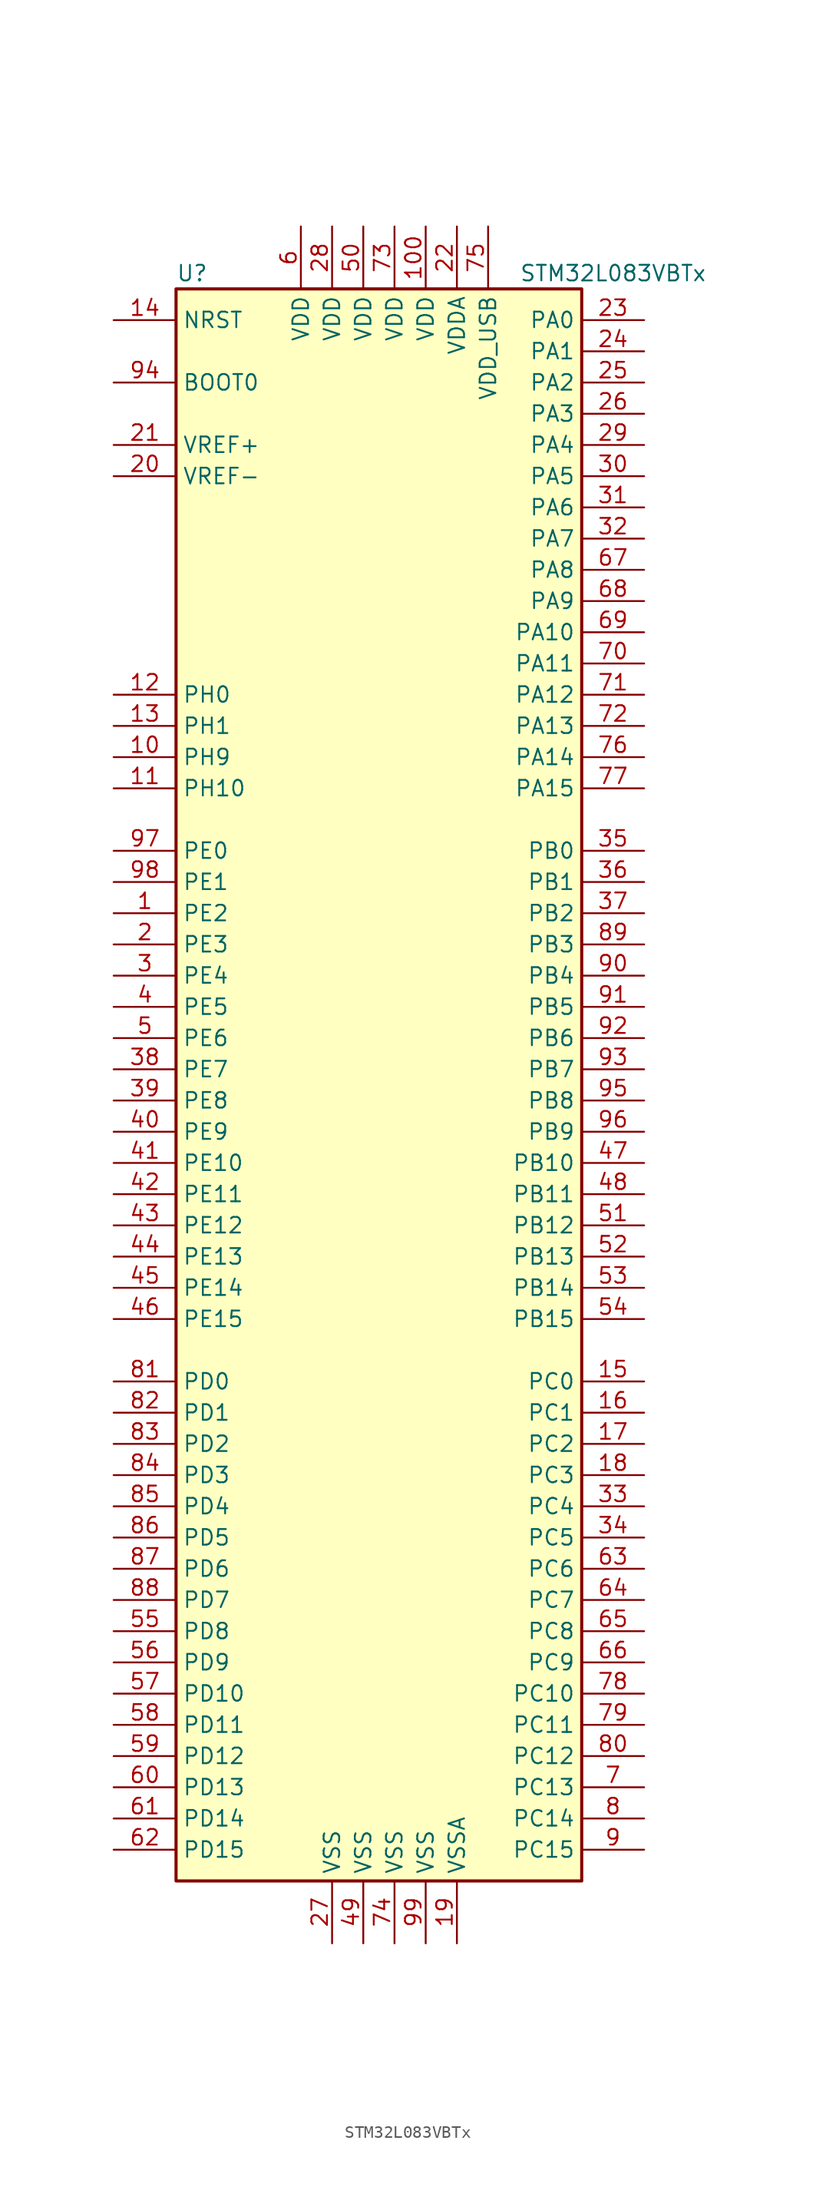
<source format=kicad_sym>
(kicad_symbol_lib
  (version 20201005)
  (generator kicad_symbol_editor)
  (symbol "MCU_ST_STM32L0:STM32L083VBTx"
    (property "Reference" "U"
      (at -17.78 64.77 0)
      (effects (font (size 1.27 1.27)) (justify left)))
    (property "Value" "STM32L083VBTx"
      (at 10.16 64.77 0)
      (effects (font (size 1.27 1.27)) (justify left)))
    (symbol "STM32L083VBTx_0_1"
      (rectangle (start -17.78 -66.04) (end 15.24 63.5) (stroke (width 0.254)) (fill (type background))))
    (symbol "STM32L083VBTx_1_1"
      (pin input line (at -22.86 55.88 0) (length 5.08) (name "BOOT0" (effects (font (size 1.27 1.27)))) (number "94" (effects (font (size 1.27 1.27)))))
      (pin input line (at -22.86 60.96 0) (length 5.08) (name "NRST" (effects (font (size 1.27 1.27)))) (number "14" (effects (font (size 1.27 1.27)))))
      (pin bidirectional line (at 20.32 60.96 180) (length 5.08) (name "PA0" (effects (font (size 1.27 1.27)))) (number "23" (effects (font (size 1.27 1.27)))))
      (pin bidirectional line (at 20.32 58.42 180) (length 5.08) (name "PA1" (effects (font (size 1.27 1.27)))) (number "24" (effects (font (size 1.27 1.27)))))
      (pin bidirectional line (at 20.32 35.56 180) (length 5.08) (name "PA10" (effects (font (size 1.27 1.27)))) (number "69" (effects (font (size 1.27 1.27)))))
      (pin bidirectional line (at 20.32 33.02 180) (length 5.08) (name "PA11" (effects (font (size 1.27 1.27)))) (number "70" (effects (font (size 1.27 1.27)))))
      (pin bidirectional line (at 20.32 30.48 180) (length 5.08) (name "PA12" (effects (font (size 1.27 1.27)))) (number "71" (effects (font (size 1.27 1.27)))))
      (pin bidirectional line (at 20.32 27.94 180) (length 5.08) (name "PA13" (effects (font (size 1.27 1.27)))) (number "72" (effects (font (size 1.27 1.27)))))
      (pin bidirectional line (at 20.32 25.4 180) (length 5.08) (name "PA14" (effects (font (size 1.27 1.27)))) (number "76" (effects (font (size 1.27 1.27)))))
      (pin bidirectional line (at 20.32 22.86 180) (length 5.08) (name "PA15" (effects (font (size 1.27 1.27)))) (number "77" (effects (font (size 1.27 1.27)))))
      (pin bidirectional line (at 20.32 55.88 180) (length 5.08) (name "PA2" (effects (font (size 1.27 1.27)))) (number "25" (effects (font (size 1.27 1.27)))))
      (pin bidirectional line (at 20.32 53.34 180) (length 5.08) (name "PA3" (effects (font (size 1.27 1.27)))) (number "26" (effects (font (size 1.27 1.27)))))
      (pin bidirectional line (at 20.32 50.8 180) (length 5.08) (name "PA4" (effects (font (size 1.27 1.27)))) (number "29" (effects (font (size 1.27 1.27)))))
      (pin bidirectional line (at 20.32 48.26 180) (length 5.08) (name "PA5" (effects (font (size 1.27 1.27)))) (number "30" (effects (font (size 1.27 1.27)))))
      (pin bidirectional line (at 20.32 45.72 180) (length 5.08) (name "PA6" (effects (font (size 1.27 1.27)))) (number "31" (effects (font (size 1.27 1.27)))))
      (pin bidirectional line (at 20.32 43.18 180) (length 5.08) (name "PA7" (effects (font (size 1.27 1.27)))) (number "32" (effects (font (size 1.27 1.27)))))
      (pin bidirectional line (at 20.32 40.64 180) (length 5.08) (name "PA8" (effects (font (size 1.27 1.27)))) (number "67" (effects (font (size 1.27 1.27)))))
      (pin bidirectional line (at 20.32 38.1 180) (length 5.08) (name "PA9" (effects (font (size 1.27 1.27)))) (number "68" (effects (font (size 1.27 1.27)))))
      (pin bidirectional line (at 20.32 17.78 180) (length 5.08) (name "PB0" (effects (font (size 1.27 1.27)))) (number "35" (effects (font (size 1.27 1.27)))))
      (pin bidirectional line (at 20.32 15.24 180) (length 5.08) (name "PB1" (effects (font (size 1.27 1.27)))) (number "36" (effects (font (size 1.27 1.27)))))
      (pin bidirectional line (at 20.32 -7.62 180) (length 5.08) (name "PB10" (effects (font (size 1.27 1.27)))) (number "47" (effects (font (size 1.27 1.27)))))
      (pin bidirectional line (at 20.32 -10.16 180) (length 5.08) (name "PB11" (effects (font (size 1.27 1.27)))) (number "48" (effects (font (size 1.27 1.27)))))
      (pin bidirectional line (at 20.32 -12.7 180) (length 5.08) (name "PB12" (effects (font (size 1.27 1.27)))) (number "51" (effects (font (size 1.27 1.27)))))
      (pin bidirectional line (at 20.32 -15.24 180) (length 5.08) (name "PB13" (effects (font (size 1.27 1.27)))) (number "52" (effects (font (size 1.27 1.27)))))
      (pin bidirectional line (at 20.32 -17.78 180) (length 5.08) (name "PB14" (effects (font (size 1.27 1.27)))) (number "53" (effects (font (size 1.27 1.27)))))
      (pin bidirectional line (at 20.32 -20.32 180) (length 5.08) (name "PB15" (effects (font (size 1.27 1.27)))) (number "54" (effects (font (size 1.27 1.27)))))
      (pin bidirectional line (at 20.32 12.7 180) (length 5.08) (name "PB2" (effects (font (size 1.27 1.27)))) (number "37" (effects (font (size 1.27 1.27)))))
      (pin bidirectional line (at 20.32 10.16 180) (length 5.08) (name "PB3" (effects (font (size 1.27 1.27)))) (number "89" (effects (font (size 1.27 1.27)))))
      (pin bidirectional line (at 20.32 7.62 180) (length 5.08) (name "PB4" (effects (font (size 1.27 1.27)))) (number "90" (effects (font (size 1.27 1.27)))))
      (pin bidirectional line (at 20.32 5.08 180) (length 5.08) (name "PB5" (effects (font (size 1.27 1.27)))) (number "91" (effects (font (size 1.27 1.27)))))
      (pin bidirectional line (at 20.32 2.54 180) (length 5.08) (name "PB6" (effects (font (size 1.27 1.27)))) (number "92" (effects (font (size 1.27 1.27)))))
      (pin bidirectional line (at 20.32 0 180) (length 5.08) (name "PB7" (effects (font (size 1.27 1.27)))) (number "93" (effects (font (size 1.27 1.27)))))
      (pin bidirectional line (at 20.32 -2.54 180) (length 5.08) (name "PB8" (effects (font (size 1.27 1.27)))) (number "95" (effects (font (size 1.27 1.27)))))
      (pin bidirectional line (at 20.32 -5.08 180) (length 5.08) (name "PB9" (effects (font (size 1.27 1.27)))) (number "96" (effects (font (size 1.27 1.27)))))
      (pin bidirectional line (at 20.32 -25.4 180) (length 5.08) (name "PC0" (effects (font (size 1.27 1.27)))) (number "15" (effects (font (size 1.27 1.27)))))
      (pin bidirectional line (at 20.32 -27.94 180) (length 5.08) (name "PC1" (effects (font (size 1.27 1.27)))) (number "16" (effects (font (size 1.27 1.27)))))
      (pin bidirectional line (at 20.32 -50.8 180) (length 5.08) (name "PC10" (effects (font (size 1.27 1.27)))) (number "78" (effects (font (size 1.27 1.27)))))
      (pin bidirectional line (at 20.32 -53.34 180) (length 5.08) (name "PC11" (effects (font (size 1.27 1.27)))) (number "79" (effects (font (size 1.27 1.27)))))
      (pin bidirectional line (at 20.32 -55.88 180) (length 5.08) (name "PC12" (effects (font (size 1.27 1.27)))) (number "80" (effects (font (size 1.27 1.27)))))
      (pin bidirectional line (at 20.32 -58.42 180) (length 5.08) (name "PC13" (effects (font (size 1.27 1.27)))) (number "7" (effects (font (size 1.27 1.27)))))
      (pin bidirectional line (at 20.32 -60.96 180) (length 5.08) (name "PC14" (effects (font (size 1.27 1.27)))) (number "8" (effects (font (size 1.27 1.27)))))
      (pin bidirectional line (at 20.32 -63.5 180) (length 5.08) (name "PC15" (effects (font (size 1.27 1.27)))) (number "9" (effects (font (size 1.27 1.27)))))
      (pin bidirectional line (at 20.32 -30.48 180) (length 5.08) (name "PC2" (effects (font (size 1.27 1.27)))) (number "17" (effects (font (size 1.27 1.27)))))
      (pin bidirectional line (at 20.32 -33.02 180) (length 5.08) (name "PC3" (effects (font (size 1.27 1.27)))) (number "18" (effects (font (size 1.27 1.27)))))
      (pin bidirectional line (at 20.32 -35.56 180) (length 5.08) (name "PC4" (effects (font (size 1.27 1.27)))) (number "33" (effects (font (size 1.27 1.27)))))
      (pin bidirectional line (at 20.32 -38.1 180) (length 5.08) (name "PC5" (effects (font (size 1.27 1.27)))) (number "34" (effects (font (size 1.27 1.27)))))
      (pin bidirectional line (at 20.32 -40.64 180) (length 5.08) (name "PC6" (effects (font (size 1.27 1.27)))) (number "63" (effects (font (size 1.27 1.27)))))
      (pin bidirectional line (at 20.32 -43.18 180) (length 5.08) (name "PC7" (effects (font (size 1.27 1.27)))) (number "64" (effects (font (size 1.27 1.27)))))
      (pin bidirectional line (at 20.32 -45.72 180) (length 5.08) (name "PC8" (effects (font (size 1.27 1.27)))) (number "65" (effects (font (size 1.27 1.27)))))
      (pin bidirectional line (at 20.32 -48.26 180) (length 5.08) (name "PC9" (effects (font (size 1.27 1.27)))) (number "66" (effects (font (size 1.27 1.27)))))
      (pin bidirectional line (at -22.86 -25.4 0) (length 5.08) (name "PD0" (effects (font (size 1.27 1.27)))) (number "81" (effects (font (size 1.27 1.27)))))
      (pin bidirectional line (at -22.86 -27.94 0) (length 5.08) (name "PD1" (effects (font (size 1.27 1.27)))) (number "82" (effects (font (size 1.27 1.27)))))
      (pin bidirectional line (at -22.86 -50.8 0) (length 5.08) (name "PD10" (effects (font (size 1.27 1.27)))) (number "57" (effects (font (size 1.27 1.27)))))
      (pin bidirectional line (at -22.86 -53.34 0) (length 5.08) (name "PD11" (effects (font (size 1.27 1.27)))) (number "58" (effects (font (size 1.27 1.27)))))
      (pin bidirectional line (at -22.86 -55.88 0) (length 5.08) (name "PD12" (effects (font (size 1.27 1.27)))) (number "59" (effects (font (size 1.27 1.27)))))
      (pin bidirectional line (at -22.86 -58.42 0) (length 5.08) (name "PD13" (effects (font (size 1.27 1.27)))) (number "60" (effects (font (size 1.27 1.27)))))
      (pin bidirectional line (at -22.86 -60.96 0) (length 5.08) (name "PD14" (effects (font (size 1.27 1.27)))) (number "61" (effects (font (size 1.27 1.27)))))
      (pin bidirectional line (at -22.86 -63.5 0) (length 5.08) (name "PD15" (effects (font (size 1.27 1.27)))) (number "62" (effects (font (size 1.27 1.27)))))
      (pin bidirectional line (at -22.86 -30.48 0) (length 5.08) (name "PD2" (effects (font (size 1.27 1.27)))) (number "83" (effects (font (size 1.27 1.27)))))
      (pin bidirectional line (at -22.86 -33.02 0) (length 5.08) (name "PD3" (effects (font (size 1.27 1.27)))) (number "84" (effects (font (size 1.27 1.27)))))
      (pin bidirectional line (at -22.86 -35.56 0) (length 5.08) (name "PD4" (effects (font (size 1.27 1.27)))) (number "85" (effects (font (size 1.27 1.27)))))
      (pin bidirectional line (at -22.86 -38.1 0) (length 5.08) (name "PD5" (effects (font (size 1.27 1.27)))) (number "86" (effects (font (size 1.27 1.27)))))
      (pin bidirectional line (at -22.86 -40.64 0) (length 5.08) (name "PD6" (effects (font (size 1.27 1.27)))) (number "87" (effects (font (size 1.27 1.27)))))
      (pin bidirectional line (at -22.86 -43.18 0) (length 5.08) (name "PD7" (effects (font (size 1.27 1.27)))) (number "88" (effects (font (size 1.27 1.27)))))
      (pin bidirectional line (at -22.86 -45.72 0) (length 5.08) (name "PD8" (effects (font (size 1.27 1.27)))) (number "55" (effects (font (size 1.27 1.27)))))
      (pin bidirectional line (at -22.86 -48.26 0) (length 5.08) (name "PD9" (effects (font (size 1.27 1.27)))) (number "56" (effects (font (size 1.27 1.27)))))
      (pin bidirectional line (at -22.86 17.78 0) (length 5.08) (name "PE0" (effects (font (size 1.27 1.27)))) (number "97" (effects (font (size 1.27 1.27)))))
      (pin bidirectional line (at -22.86 15.24 0) (length 5.08) (name "PE1" (effects (font (size 1.27 1.27)))) (number "98" (effects (font (size 1.27 1.27)))))
      (pin bidirectional line (at -22.86 -7.62 0) (length 5.08) (name "PE10" (effects (font (size 1.27 1.27)))) (number "41" (effects (font (size 1.27 1.27)))))
      (pin bidirectional line (at -22.86 -10.16 0) (length 5.08) (name "PE11" (effects (font (size 1.27 1.27)))) (number "42" (effects (font (size 1.27 1.27)))))
      (pin bidirectional line (at -22.86 -12.7 0) (length 5.08) (name "PE12" (effects (font (size 1.27 1.27)))) (number "43" (effects (font (size 1.27 1.27)))))
      (pin bidirectional line (at -22.86 -15.24 0) (length 5.08) (name "PE13" (effects (font (size 1.27 1.27)))) (number "44" (effects (font (size 1.27 1.27)))))
      (pin bidirectional line (at -22.86 -17.78 0) (length 5.08) (name "PE14" (effects (font (size 1.27 1.27)))) (number "45" (effects (font (size 1.27 1.27)))))
      (pin bidirectional line (at -22.86 -20.32 0) (length 5.08) (name "PE15" (effects (font (size 1.27 1.27)))) (number "46" (effects (font (size 1.27 1.27)))))
      (pin bidirectional line (at -22.86 12.7 0) (length 5.08) (name "PE2" (effects (font (size 1.27 1.27)))) (number "1" (effects (font (size 1.27 1.27)))))
      (pin bidirectional line (at -22.86 10.16 0) (length 5.08) (name "PE3" (effects (font (size 1.27 1.27)))) (number "2" (effects (font (size 1.27 1.27)))))
      (pin bidirectional line (at -22.86 7.62 0) (length 5.08) (name "PE4" (effects (font (size 1.27 1.27)))) (number "3" (effects (font (size 1.27 1.27)))))
      (pin bidirectional line (at -22.86 5.08 0) (length 5.08) (name "PE5" (effects (font (size 1.27 1.27)))) (number "4" (effects (font (size 1.27 1.27)))))
      (pin bidirectional line (at -22.86 2.54 0) (length 5.08) (name "PE6" (effects (font (size 1.27 1.27)))) (number "5" (effects (font (size 1.27 1.27)))))
      (pin bidirectional line (at -22.86 0 0) (length 5.08) (name "PE7" (effects (font (size 1.27 1.27)))) (number "38" (effects (font (size 1.27 1.27)))))
      (pin bidirectional line (at -22.86 -2.54 0) (length 5.08) (name "PE8" (effects (font (size 1.27 1.27)))) (number "39" (effects (font (size 1.27 1.27)))))
      (pin bidirectional line (at -22.86 -5.08 0) (length 5.08) (name "PE9" (effects (font (size 1.27 1.27)))) (number "40" (effects (font (size 1.27 1.27)))))
      (pin input line (at -22.86 30.48 0) (length 5.08) (name "PH0" (effects (font (size 1.27 1.27)))) (number "12" (effects (font (size 1.27 1.27)))))
      (pin input line (at -22.86 27.94 0) (length 5.08) (name "PH1" (effects (font (size 1.27 1.27)))) (number "13" (effects (font (size 1.27 1.27)))))
      (pin bidirectional line (at -22.86 22.86 0) (length 5.08) (name "PH10" (effects (font (size 1.27 1.27)))) (number "11" (effects (font (size 1.27 1.27)))))
      (pin bidirectional line (at -22.86 25.4 0) (length 5.08) (name "PH9" (effects (font (size 1.27 1.27)))) (number "10" (effects (font (size 1.27 1.27)))))
      (pin power_in line (at 2.54 68.58 270) (length 5.08) (name "VDD" (effects (font (size 1.27 1.27)))) (number "100" (effects (font (size 1.27 1.27)))))
      (pin power_in line (at -5.08 68.58 270) (length 5.08) (name "VDD" (effects (font (size 1.27 1.27)))) (number "28" (effects (font (size 1.27 1.27)))))
      (pin power_in line (at -2.54 68.58 270) (length 5.08) (name "VDD" (effects (font (size 1.27 1.27)))) (number "50" (effects (font (size 1.27 1.27)))))
      (pin power_in line (at -7.62 68.58 270) (length 5.08) (name "VDD" (effects (font (size 1.27 1.27)))) (number "6" (effects (font (size 1.27 1.27)))))
      (pin power_in line (at 0 68.58 270) (length 5.08) (name "VDD" (effects (font (size 1.27 1.27)))) (number "73" (effects (font (size 1.27 1.27)))))
      (pin power_in line (at 5.08 68.58 270) (length 5.08) (name "VDDA" (effects (font (size 1.27 1.27)))) (number "22" (effects (font (size 1.27 1.27)))))
      (pin power_in line (at 7.62 68.58 270) (length 5.08) (name "VDD_USB" (effects (font (size 1.27 1.27)))) (number "75" (effects (font (size 1.27 1.27)))))
      (pin power_in line (at -22.86 50.8 0) (length 5.08) (name "VREF+" (effects (font (size 1.27 1.27)))) (number "21" (effects (font (size 1.27 1.27)))))
      (pin power_in line (at -22.86 48.26 0) (length 5.08) (name "VREF-" (effects (font (size 1.27 1.27)))) (number "20" (effects (font (size 1.27 1.27)))))
      (pin power_in line (at -5.08 -71.12 90) (length 5.08) (name "VSS" (effects (font (size 1.27 1.27)))) (number "27" (effects (font (size 1.27 1.27)))))
      (pin power_in line (at -2.54 -71.12 90) (length 5.08) (name "VSS" (effects (font (size 1.27 1.27)))) (number "49" (effects (font (size 1.27 1.27)))))
      (pin power_in line (at 0 -71.12 90) (length 5.08) (name "VSS" (effects (font (size 1.27 1.27)))) (number "74" (effects (font (size 1.27 1.27)))))
      (pin power_in line (at 2.54 -71.12 90) (length 5.08) (name "VSS" (effects (font (size 1.27 1.27)))) (number "99" (effects (font (size 1.27 1.27)))))
      (pin power_in line (at 5.08 -71.12 90) (length 5.08) (name "VSSA" (effects (font (size 1.27 1.27)))) (number "19" (effects (font (size 1.27 1.27))))))))
</source>
